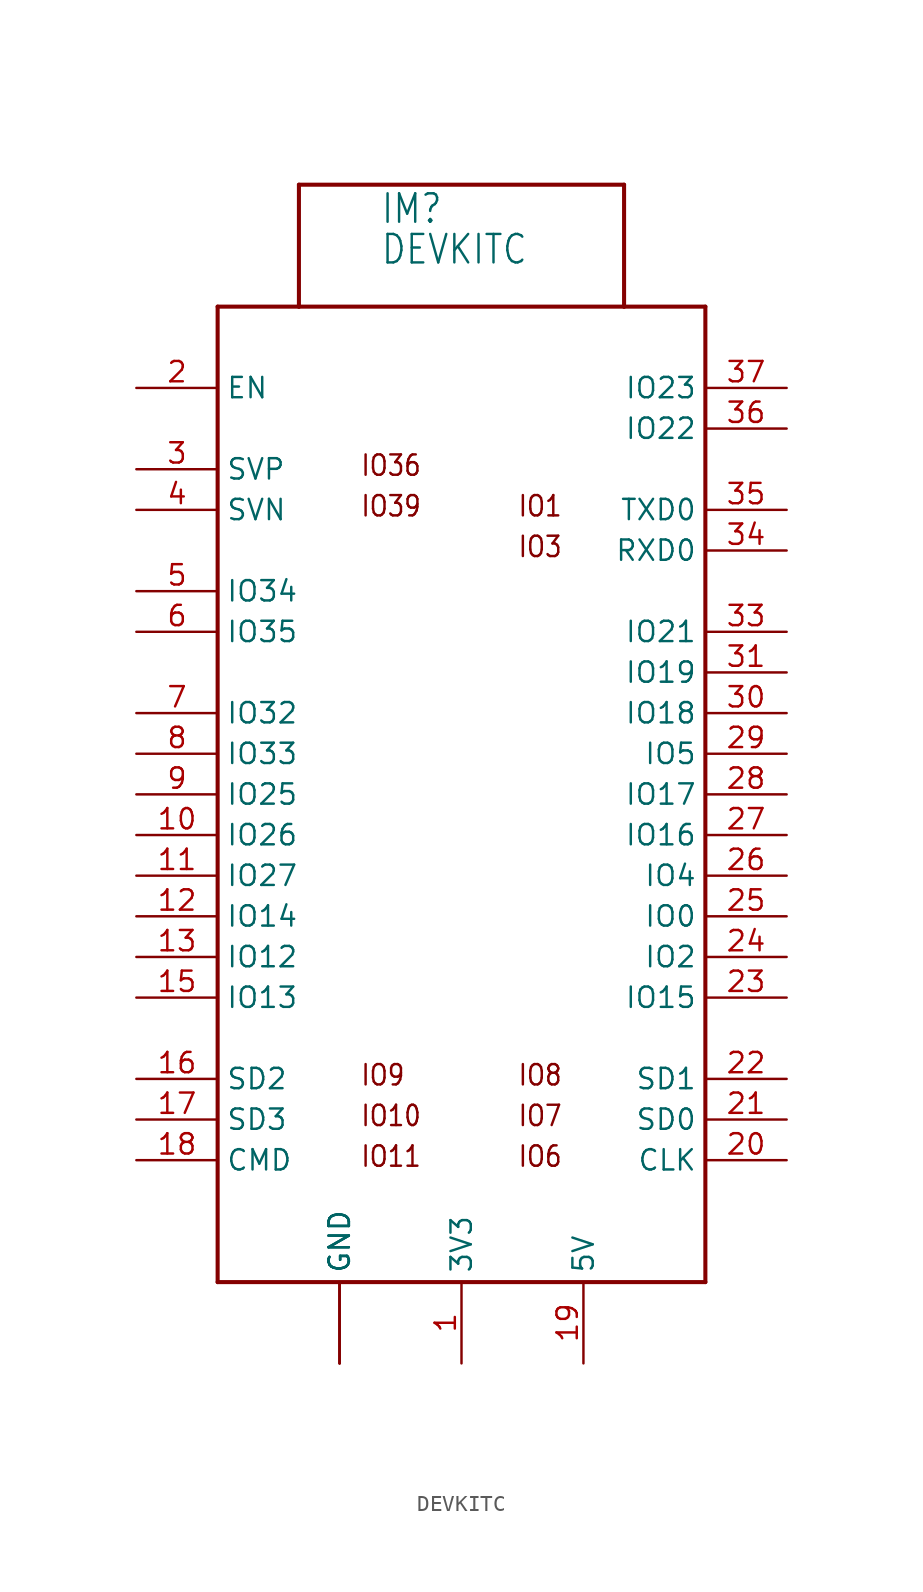
<source format=kicad_sym>
(kicad_symbol_lib
  (version 20211014)
  (generator kicad_symbol_editor)
  (symbol "DEVKITC"
    (property "Reference" "IM"
      (at -5.08 38.1 0)
      (effects (font (size 1.778 1.511)) (justify left bottom)))
    (property "Value" "DEVKITC"
      (at -5.08 35.56 0)
      (effects (font (size 1.778 1.511)) (justify left bottom)))
    (property "ki_locked" ""
      (at 0 0 0)
      (effects (font (size 1.27 1.27))))
    (symbol "DEVKITC_1_0"
      (polyline (pts (xy -15.24 -27.94) (xy 15.24 -27.94)) (stroke (width 0.254) (type default) (color 0 0 0 0)) (fill (type none)))
      (polyline (pts (xy -15.24 33.02) (xy -15.24 -27.94)) (stroke (width 0.254) (type default) (color 0 0 0 0)) (fill (type none)))
      (polyline (pts (xy -10.16 33.02) (xy -15.24 33.02)) (stroke (width 0.254) (type default) (color 0 0 0 0)) (fill (type none)))
      (polyline (pts (xy -10.16 33.02) (xy -10.16 40.64)) (stroke (width 0.254) (type default) (color 0 0 0 0)) (fill (type none)))
      (polyline (pts (xy -10.16 40.64) (xy 10.16 40.64)) (stroke (width 0.254) (type default) (color 0 0 0 0)) (fill (type none)))
      (polyline (pts (xy 10.16 33.02) (xy -10.16 33.02)) (stroke (width 0.254) (type default) (color 0 0 0 0)) (fill (type none)))
      (polyline (pts (xy 10.16 40.64) (xy 10.16 33.02)) (stroke (width 0.254) (type default) (color 0 0 0 0)) (fill (type none)))
      (polyline (pts (xy 15.24 -27.94) (xy 15.24 33.02)) (stroke (width 0.254) (type default) (color 0 0 0 0)) (fill (type none)))
      (polyline (pts (xy 15.24 33.02) (xy 10.16 33.02)) (stroke (width 0.254) (type default) (color 0 0 0 0)) (fill (type none)))
      (text "IO1" (at 6.35 19.812 0) (effects (font (size 1.27 1.079)) (justify right bottom)))
      (text "IO10" (at -6.35 -18.288 0) (effects (font (size 1.27 1.079)) (justify left bottom)))
      (text "IO11" (at -6.35 -20.828 0) (effects (font (size 1.27 1.079)) (justify left bottom)))
      (text "IO3" (at 6.35 17.272 0) (effects (font (size 1.27 1.079)) (justify right bottom)))
      (text "IO36" (at -6.35 22.352 0) (effects (font (size 1.27 1.079)) (justify left bottom)))
      (text "IO39" (at -6.35 19.812 0) (effects (font (size 1.27 1.079)) (justify left bottom)))
      (text "IO6" (at 6.35 -20.828 0) (effects (font (size 1.27 1.079)) (justify right bottom)))
      (text "IO7" (at 6.35 -18.288 0) (effects (font (size 1.27 1.079)) (justify right bottom)))
      (text "IO8" (at 6.35 -15.748 0) (effects (font (size 1.27 1.079)) (justify right bottom)))
      (text "IO9" (at -6.35 -15.748 0) (effects (font (size 1.27 1.079)) (justify left bottom)))
      (pin power_in line (at 0 -33.02 90) (length 5.08) (name "3V3" (effects (font (size 1.27 1.27)))) (number "1" (effects (font (size 1.27 1.27)))))
      (pin bidirectional line (at -20.32 0 0) (length 5.08) (name "IO26" (effects (font (size 1.27 1.27)))) (number "10" (effects (font (size 1.27 1.27)))))
      (pin bidirectional line (at -20.32 -2.54 0) (length 5.08) (name "IO27" (effects (font (size 1.27 1.27)))) (number "11" (effects (font (size 1.27 1.27)))))
      (pin bidirectional line (at -20.32 -5.08 0) (length 5.08) (name "IO14" (effects (font (size 1.27 1.27)))) (number "12" (effects (font (size 1.27 1.27)))))
      (pin bidirectional line (at -20.32 -7.62 0) (length 5.08) (name "IO12" (effects (font (size 1.27 1.27)))) (number "13" (effects (font (size 1.27 1.27)))))
      (pin power_in line (at -7.62 -33.02 90) (length 5.08) (name "GND" (effects (font (size 1.27 1.27)))) (number "14" (effects (font (size 0 0)))))
      (pin bidirectional line (at -20.32 -10.16 0) (length 5.08) (name "IO13" (effects (font (size 1.27 1.27)))) (number "15" (effects (font (size 1.27 1.27)))))
      (pin bidirectional line (at -20.32 -15.24 0) (length 5.08) (name "SD2" (effects (font (size 1.27 1.27)))) (number "16" (effects (font (size 1.27 1.27)))))
      (pin bidirectional line (at -20.32 -17.78 0) (length 5.08) (name "SD3" (effects (font (size 1.27 1.27)))) (number "17" (effects (font (size 1.27 1.27)))))
      (pin bidirectional line (at -20.32 -20.32 0) (length 5.08) (name "CMD" (effects (font (size 1.27 1.27)))) (number "18" (effects (font (size 1.27 1.27)))))
      (pin power_in line (at 7.62 -33.02 90) (length 5.08) (name "5V" (effects (font (size 1.27 1.27)))) (number "19" (effects (font (size 1.27 1.27)))))
      (pin input line (at -20.32 27.94 0) (length 5.08) (name "EN" (effects (font (size 1.27 1.27)))) (number "2" (effects (font (size 1.27 1.27)))))
      (pin bidirectional line (at 20.32 -20.32 180) (length 5.08) (name "CLK" (effects (font (size 1.27 1.27)))) (number "20" (effects (font (size 1.27 1.27)))))
      (pin bidirectional line (at 20.32 -17.78 180) (length 5.08) (name "SD0" (effects (font (size 1.27 1.27)))) (number "21" (effects (font (size 1.27 1.27)))))
      (pin bidirectional line (at 20.32 -15.24 180) (length 5.08) (name "SD1" (effects (font (size 1.27 1.27)))) (number "22" (effects (font (size 1.27 1.27)))))
      (pin bidirectional line (at 20.32 -10.16 180) (length 5.08) (name "IO15" (effects (font (size 1.27 1.27)))) (number "23" (effects (font (size 1.27 1.27)))))
      (pin bidirectional line (at 20.32 -7.62 180) (length 5.08) (name "IO2" (effects (font (size 1.27 1.27)))) (number "24" (effects (font (size 1.27 1.27)))))
      (pin bidirectional line (at 20.32 -5.08 180) (length 5.08) (name "IO0" (effects (font (size 1.27 1.27)))) (number "25" (effects (font (size 1.27 1.27)))))
      (pin bidirectional line (at 20.32 -2.54 180) (length 5.08) (name "IO4" (effects (font (size 1.27 1.27)))) (number "26" (effects (font (size 1.27 1.27)))))
      (pin bidirectional line (at 20.32 0 180) (length 5.08) (name "IO16" (effects (font (size 1.27 1.27)))) (number "27" (effects (font (size 1.27 1.27)))))
      (pin bidirectional line (at 20.32 2.54 180) (length 5.08) (name "IO17" (effects (font (size 1.27 1.27)))) (number "28" (effects (font (size 1.27 1.27)))))
      (pin bidirectional line (at 20.32 5.08 180) (length 5.08) (name "IO5" (effects (font (size 1.27 1.27)))) (number "29" (effects (font (size 1.27 1.27)))))
      (pin input line (at -20.32 22.86 0) (length 5.08) (name "SVP" (effects (font (size 1.27 1.27)))) (number "3" (effects (font (size 1.27 1.27)))))
      (pin bidirectional line (at 20.32 7.62 180) (length 5.08) (name "IO18" (effects (font (size 1.27 1.27)))) (number "30" (effects (font (size 1.27 1.27)))))
      (pin bidirectional line (at 20.32 10.16 180) (length 5.08) (name "IO19" (effects (font (size 1.27 1.27)))) (number "31" (effects (font (size 1.27 1.27)))))
      (pin power_in line (at -7.62 -33.02 90) (length 5.08) (name "GND" (effects (font (size 1.27 1.27)))) (number "32" (effects (font (size 0 0)))))
      (pin bidirectional line (at 20.32 12.7 180) (length 5.08) (name "IO21" (effects (font (size 1.27 1.27)))) (number "33" (effects (font (size 1.27 1.27)))))
      (pin bidirectional line (at 20.32 17.78 180) (length 5.08) (name "RXD0" (effects (font (size 1.27 1.27)))) (number "34" (effects (font (size 1.27 1.27)))))
      (pin bidirectional line (at 20.32 20.32 180) (length 5.08) (name "TXD0" (effects (font (size 1.27 1.27)))) (number "35" (effects (font (size 1.27 1.27)))))
      (pin bidirectional line (at 20.32 25.4 180) (length 5.08) (name "IO22" (effects (font (size 1.27 1.27)))) (number "36" (effects (font (size 1.27 1.27)))))
      (pin bidirectional line (at 20.32 27.94 180) (length 5.08) (name "IO23" (effects (font (size 1.27 1.27)))) (number "37" (effects (font (size 1.27 1.27)))))
      (pin power_in line (at -7.62 -33.02 90) (length 5.08) (name "GND" (effects (font (size 1.27 1.27)))) (number "38" (effects (font (size 0 0)))))
      (pin input line (at -20.32 20.32 0) (length 5.08) (name "SVN" (effects (font (size 1.27 1.27)))) (number "4" (effects (font (size 1.27 1.27)))))
      (pin input line (at -20.32 15.24 0) (length 5.08) (name "IO34" (effects (font (size 1.27 1.27)))) (number "5" (effects (font (size 1.27 1.27)))))
      (pin input line (at -20.32 12.7 0) (length 5.08) (name "IO35" (effects (font (size 1.27 1.27)))) (number "6" (effects (font (size 1.27 1.27)))))
      (pin bidirectional line (at -20.32 7.62 0) (length 5.08) (name "IO32" (effects (font (size 1.27 1.27)))) (number "7" (effects (font (size 1.27 1.27)))))
      (pin bidirectional line (at -20.32 5.08 0) (length 5.08) (name "IO33" (effects (font (size 1.27 1.27)))) (number "8" (effects (font (size 1.27 1.27)))))
      (pin bidirectional line (at -20.32 2.54 0) (length 5.08) (name "IO25" (effects (font (size 1.27 1.27)))) (number "9" (effects (font (size 1.27 1.27))))))))
</source>
